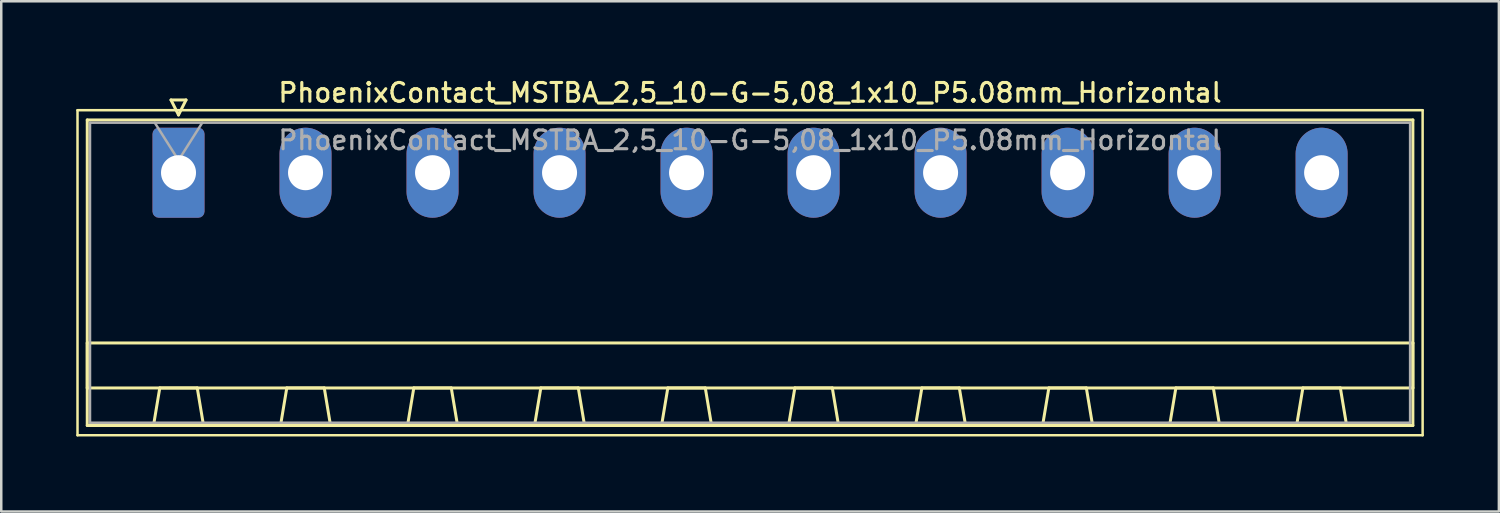
<source format=kicad_pcb>
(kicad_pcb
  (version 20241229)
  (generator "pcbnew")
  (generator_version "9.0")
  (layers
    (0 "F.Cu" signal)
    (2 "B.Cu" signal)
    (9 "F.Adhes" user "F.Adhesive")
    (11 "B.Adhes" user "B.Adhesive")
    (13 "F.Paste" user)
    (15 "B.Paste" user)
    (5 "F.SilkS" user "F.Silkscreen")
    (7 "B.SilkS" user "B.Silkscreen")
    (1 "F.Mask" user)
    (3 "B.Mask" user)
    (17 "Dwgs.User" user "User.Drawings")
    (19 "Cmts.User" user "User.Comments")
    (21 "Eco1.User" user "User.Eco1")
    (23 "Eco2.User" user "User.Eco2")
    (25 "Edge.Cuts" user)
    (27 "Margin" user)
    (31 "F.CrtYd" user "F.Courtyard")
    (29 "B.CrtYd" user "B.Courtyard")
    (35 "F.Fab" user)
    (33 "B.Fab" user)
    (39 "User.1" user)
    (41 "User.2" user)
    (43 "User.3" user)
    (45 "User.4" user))
  (footprint "PhoenixContact_MSTBA_2,5_10-G-5,08_1x10_P5.08mm_Horizontal"
    (layer "F.Cu")
    (at 4.09 3.858)
    (property "Reference" "PhoenixContact_MSTBA_2,5_10-G-5,08_1x10_P5.08mm_Horizontal" (at 22.86 -3.2 0) (layer "F.SilkS") (effects (font (size 0.75 0.75) (thickness 0.125))))
    (attr through_hole)
    (fp_line (start -4.04 -2.5) (end -4.04 10.5) (stroke (width 0.1) (type solid)) (layer "F.SilkS"))
    (fp_line (start -4.04 10.5) (end 49.76 10.5) (stroke (width 0.1) (type solid)) (layer "F.SilkS"))
    (fp_line (start -3.65 -2.11) (end -3.65 10.11) (stroke (width 0.12) (type solid)) (layer "F.SilkS"))
    (fp_line (start -3.65 6.81) (end 49.37 6.81) (stroke (width 0.12) (type solid)) (layer "F.SilkS"))
    (fp_line (start -3.65 8.61) (end -3.65 6.81) (stroke (width 0.12) (type solid)) (layer "F.SilkS"))
    (fp_line (start -3.65 10.11) (end 49.37 10.11) (stroke (width 0.12) (type solid)) (layer "F.SilkS"))
    (fp_line (start -1 10.11) (end 1 10.11) (stroke (width 0.12) (type solid)) (layer "F.SilkS"))
    (fp_line (start -0.75 8.61) (end -1 10.11) (stroke (width 0.12) (type solid)) (layer "F.SilkS"))
    (fp_line (start -0.3 -2.91) (end 0.3 -2.91) (stroke (width 0.12) (type solid)) (layer "F.SilkS"))
    (fp_line (start 0 -2.31) (end -0.3 -2.91) (stroke (width 0.12) (type solid)) (layer "F.SilkS"))
    (fp_line (start 0.3 -2.91) (end 0 -2.31) (stroke (width 0.12) (type solid)) (layer "F.SilkS"))
    (fp_line (start 0.75 8.61) (end -0.75 8.61) (stroke (width 0.12) (type solid)) (layer "F.SilkS"))
    (fp_line (start 1 10.11) (end 0.75 8.61) (stroke (width 0.12) (type solid)) (layer "F.SilkS"))
    (fp_line (start 4.08 10.11) (end 6.08 10.11) (stroke (width 0.12) (type solid)) (layer "F.SilkS"))
    (fp_line (start 4.33 8.61) (end 4.08 10.11) (stroke (width 0.12) (type solid)) (layer "F.SilkS"))
    (fp_line (start 5.83 8.61) (end 4.33 8.61) (stroke (width 0.12) (type solid)) (layer "F.SilkS"))
    (fp_line (start 6.08 10.11) (end 5.83 8.61) (stroke (width 0.12) (type solid)) (layer "F.SilkS"))
    (fp_line (start 9.16 10.11) (end 11.16 10.11) (stroke (width 0.12) (type solid)) (layer "F.SilkS"))
    (fp_line (start 9.41 8.61) (end 9.16 10.11) (stroke (width 0.12) (type solid)) (layer "F.SilkS"))
    (fp_line (start 10.91 8.61) (end 9.41 8.61) (stroke (width 0.12) (type solid)) (layer "F.SilkS"))
    (fp_line (start 11.16 10.11) (end 10.91 8.61) (stroke (width 0.12) (type solid)) (layer "F.SilkS"))
    (fp_line (start 14.24 10.11) (end 16.24 10.11) (stroke (width 0.12) (type solid)) (layer "F.SilkS"))
    (fp_line (start 14.49 8.61) (end 14.24 10.11) (stroke (width 0.12) (type solid)) (layer "F.SilkS"))
    (fp_line (start 15.99 8.61) (end 14.49 8.61) (stroke (width 0.12) (type solid)) (layer "F.SilkS"))
    (fp_line (start 16.24 10.11) (end 15.99 8.61) (stroke (width 0.12) (type solid)) (layer "F.SilkS"))
    (fp_line (start 19.32 10.11) (end 21.32 10.11) (stroke (width 0.12) (type solid)) (layer "F.SilkS"))
    (fp_line (start 19.57 8.61) (end 19.32 10.11) (stroke (width 0.12) (type solid)) (layer "F.SilkS"))
    (fp_line (start 21.07 8.61) (end 19.57 8.61) (stroke (width 0.12) (type solid)) (layer "F.SilkS"))
    (fp_line (start 21.32 10.11) (end 21.07 8.61) (stroke (width 0.12) (type solid)) (layer "F.SilkS"))
    (fp_line (start 24.4 10.11) (end 26.4 10.11) (stroke (width 0.12) (type solid)) (layer "F.SilkS"))
    (fp_line (start 24.65 8.61) (end 24.4 10.11) (stroke (width 0.12) (type solid)) (layer "F.SilkS"))
    (fp_line (start 26.15 8.61) (end 24.65 8.61) (stroke (width 0.12) (type solid)) (layer "F.SilkS"))
    (fp_line (start 26.4 10.11) (end 26.15 8.61) (stroke (width 0.12) (type solid)) (layer "F.SilkS"))
    (fp_line (start 29.48 10.11) (end 31.48 10.11) (stroke (width 0.12) (type solid)) (layer "F.SilkS"))
    (fp_line (start 29.73 8.61) (end 29.48 10.11) (stroke (width 0.12) (type solid)) (layer "F.SilkS"))
    (fp_line (start 31.23 8.61) (end 29.73 8.61) (stroke (width 0.12) (type solid)) (layer "F.SilkS"))
    (fp_line (start 31.48 10.11) (end 31.23 8.61) (stroke (width 0.12) (type solid)) (layer "F.SilkS"))
    (fp_line (start 34.56 10.11) (end 36.56 10.11) (stroke (width 0.12) (type solid)) (layer "F.SilkS"))
    (fp_line (start 34.81 8.61) (end 34.56 10.11) (stroke (width 0.12) (type solid)) (layer "F.SilkS"))
    (fp_line (start 36.31 8.61) (end 34.81 8.61) (stroke (width 0.12) (type solid)) (layer "F.SilkS"))
    (fp_line (start 36.56 10.11) (end 36.31 8.61) (stroke (width 0.12) (type solid)) (layer "F.SilkS"))
    (fp_line (start 39.64 10.11) (end 41.64 10.11) (stroke (width 0.12) (type solid)) (layer "F.SilkS"))
    (fp_line (start 39.89 8.61) (end 39.64 10.11) (stroke (width 0.12) (type solid)) (layer "F.SilkS"))
    (fp_line (start 41.39 8.61) (end 39.89 8.61) (stroke (width 0.12) (type solid)) (layer "F.SilkS"))
    (fp_line (start 41.64 10.11) (end 41.39 8.61) (stroke (width 0.12) (type solid)) (layer "F.SilkS"))
    (fp_line (start 44.72 10.11) (end 46.72 10.11) (stroke (width 0.12) (type solid)) (layer "F.SilkS"))
    (fp_line (start 44.97 8.61) (end 44.72 10.11) (stroke (width 0.12) (type solid)) (layer "F.SilkS"))
    (fp_line (start 46.47 8.61) (end 44.97 8.61) (stroke (width 0.12) (type solid)) (layer "F.SilkS"))
    (fp_line (start 46.72 10.11) (end 46.47 8.61) (stroke (width 0.12) (type solid)) (layer "F.SilkS"))
    (fp_line (start 49.37 -2.11) (end -3.65 -2.11) (stroke (width 0.12) (type solid)) (layer "F.SilkS"))
    (fp_line (start 49.37 6.81) (end 49.37 8.61) (stroke (width 0.12) (type solid)) (layer "F.SilkS"))
    (fp_line (start 49.37 8.61) (end -3.65 8.61) (stroke (width 0.12) (type solid)) (layer "F.SilkS"))
    (fp_line (start 49.37 10.11) (end 49.37 -2.11) (stroke (width 0.12) (type solid)) (layer "F.SilkS"))
    (fp_line (start 49.76 -2.5) (end -4.04 -2.5) (stroke (width 0.1) (type solid)) (layer "F.SilkS"))
    (fp_line (start 49.76 10.5) (end 49.76 -2.5) (stroke (width 0.1) (type solid)) (layer "F.SilkS"))
    (fp_line (start -3.54 -2) (end -3.54 10) (stroke (width 0.1) (type solid)) (layer "F.Fab"))
    (fp_line (start -3.54 10) (end 49.26 10) (stroke (width 0.1) (type solid)) (layer "F.Fab"))
    (fp_line (start 0 -0.5) (end -0.95 -2) (stroke (width 0.1) (type solid)) (layer "F.Fab"))
    (fp_line (start 0.95 -2) (end 0 -0.5) (stroke (width 0.1) (type solid)) (layer "F.Fab"))
    (fp_line (start 49.26 -2) (end -3.54 -2) (stroke (width 0.1) (type solid)) (layer "F.Fab"))
    (fp_line (start 49.26 10) (end 49.26 -2) (stroke (width 0.1) (type solid)) (layer "F.Fab"))
    (fp_text user "${REFERENCE}" (at 22.86 -1.3 0) (layer "F.Fab") (effects (font (size 0.75 0.75) (thickness 0.125))))
    (pad "1" thru_hole roundrect (at 0 0) (size 2.08 3.6) (drill 1.4) (layers "*.Cu" "*.Mask") (roundrect_rratio 0.12))
    (pad "2" thru_hole oval (at 5.08 0) (size 2.08 3.6) (drill 1.4) (layers "*.Cu" "*.Mask"))
    (pad "3" thru_hole oval (at 10.16 0) (size 2.08 3.6) (drill 1.4) (layers "*.Cu" "*.Mask"))
    (pad "4" thru_hole oval (at 15.24 0) (size 2.08 3.6) (drill 1.4) (layers "*.Cu" "*.Mask"))
    (pad "5" thru_hole oval (at 20.32 0) (size 2.08 3.6) (drill 1.4) (layers "*.Cu" "*.Mask"))
    (pad "6" thru_hole oval (at 25.4 0) (size 2.08 3.6) (drill 1.4) (layers "*.Cu" "*.Mask"))
    (pad "7" thru_hole oval (at 30.48 0) (size 2.08 3.6) (drill 1.4) (layers "*.Cu" "*.Mask"))
    (pad "8" thru_hole oval (at 35.56 0) (size 2.08 3.6) (drill 1.4) (layers "*.Cu" "*.Mask"))
    (pad "9" thru_hole oval (at 40.64 0) (size 2.08 3.6) (drill 1.4) (layers "*.Cu" "*.Mask"))
    (pad "10" thru_hole oval (at 45.72 0) (size 2.08 3.6) (drill 1.4) (layers "*.Cu" "*.Mask")))
  (gr_rect
    (start -3 -3)
    (end 56.9 17.408)
    (stroke (width 0.1) (type default))
    (fill no)
    (layer "Edge.Cuts")))
</source>
